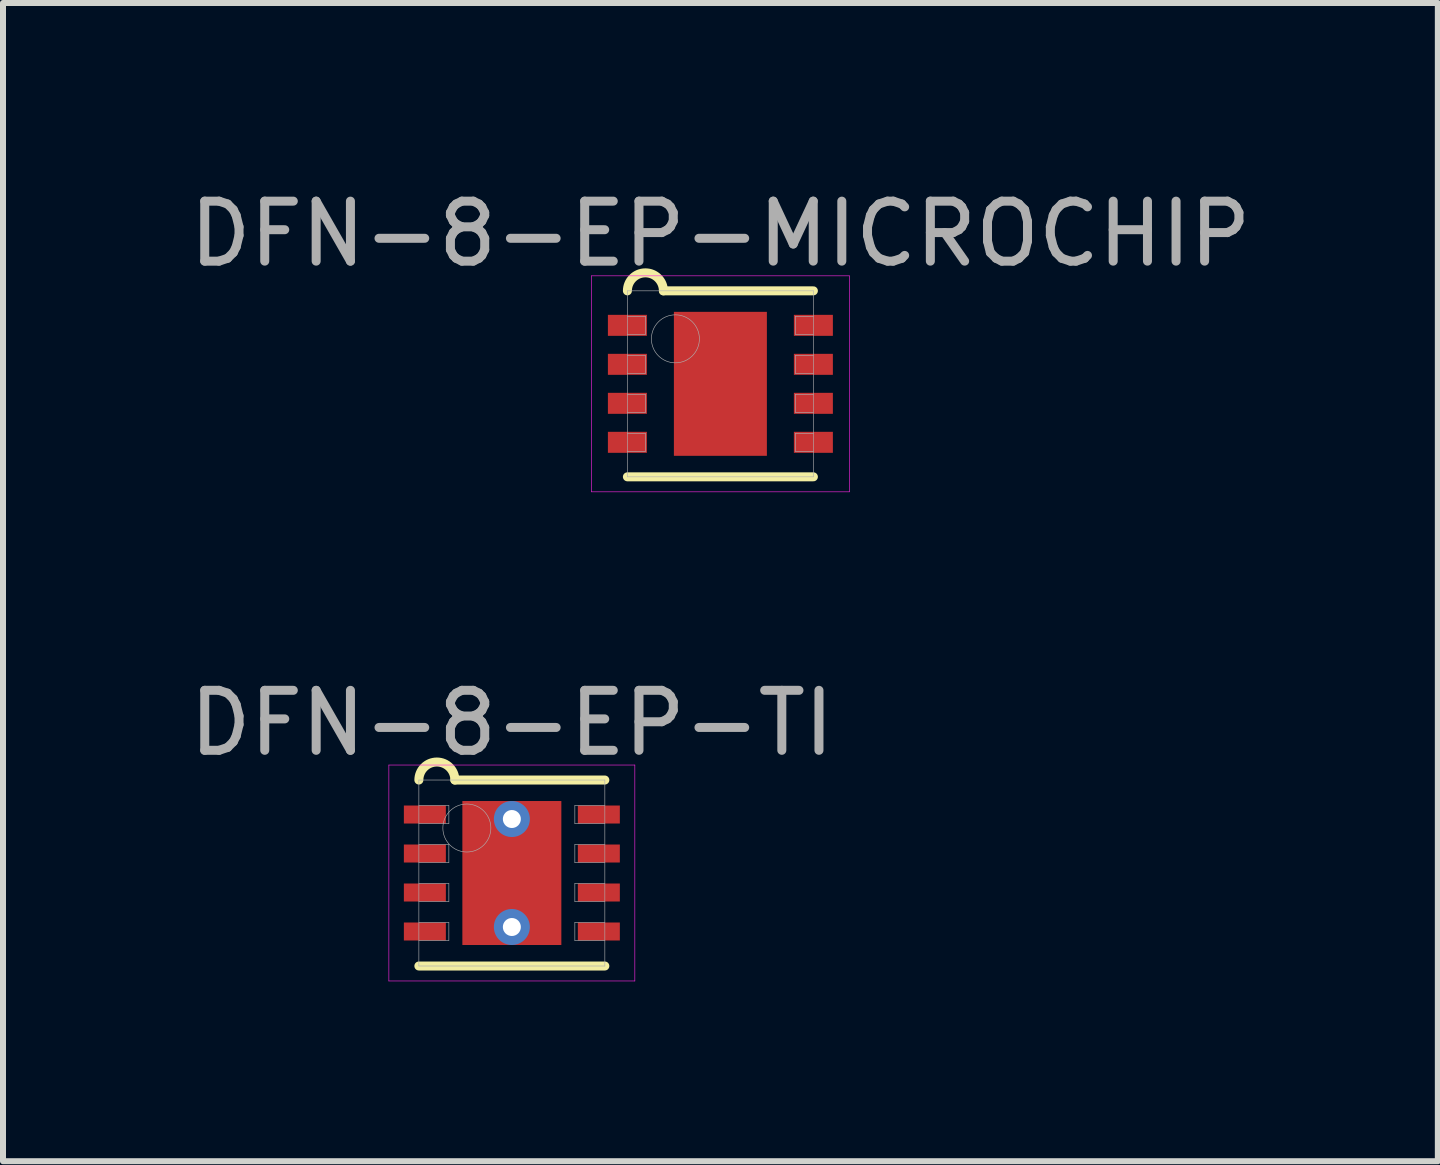
<source format=kicad_pcb>
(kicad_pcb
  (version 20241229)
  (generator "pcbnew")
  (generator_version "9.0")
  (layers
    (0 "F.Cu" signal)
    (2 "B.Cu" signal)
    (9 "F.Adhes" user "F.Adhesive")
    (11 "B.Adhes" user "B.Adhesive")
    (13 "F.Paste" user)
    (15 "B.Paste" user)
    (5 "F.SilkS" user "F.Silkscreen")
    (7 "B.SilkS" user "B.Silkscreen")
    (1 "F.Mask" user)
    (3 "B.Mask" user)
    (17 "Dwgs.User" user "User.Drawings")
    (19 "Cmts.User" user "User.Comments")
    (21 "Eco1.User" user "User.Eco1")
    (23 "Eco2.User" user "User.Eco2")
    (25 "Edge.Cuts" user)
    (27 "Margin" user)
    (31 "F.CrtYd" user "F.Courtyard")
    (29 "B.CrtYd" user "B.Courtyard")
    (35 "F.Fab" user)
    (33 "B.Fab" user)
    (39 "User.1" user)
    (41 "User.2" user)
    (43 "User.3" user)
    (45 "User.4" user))
  (footprint "DFN-8-EP-TI"
    (layer "F.Cu")
    (at 5.482 11.502)
    (property "Reference" "DFN-8-EP-TI" (at 0 -2.5 0) (layer "F.Fab") (effects (font (size 1 1) (thickness 0.15))))
    (attr smd)
    (fp_line (start -1.55 1.55) (end 1.55 1.55) (stroke (width 0.15) (type solid)) (layer "F.SilkS"))
    (fp_line (start -0.95 -1.55) (end 1.55 -1.55) (stroke (width 0.15) (type solid)) (layer "F.SilkS"))
    (fp_arc (start -1.55 -1.55) (mid -1.25 -1.85) (end -0.95 -1.55) (stroke (width 0.15) (type solid)) (layer "F.SilkS"))
    (fp_line (start -2.05 -1.8) (end 2.05 -1.8) (stroke (width 0.01) (type solid)) (layer "F.CrtYd"))
    (fp_line (start -2.05 1.8) (end -2.05 -1.8) (stroke (width 0.01) (type solid)) (layer "F.CrtYd"))
    (fp_line (start 2.05 -1.8) (end 2.05 1.8) (stroke (width 0.01) (type solid)) (layer "F.CrtYd"))
    (fp_line (start 2.05 1.8) (end -2.05 1.8) (stroke (width 0.01) (type solid)) (layer "F.CrtYd"))
    (fp_line (start -1.55 -1.55) (end 1.55 -1.55) (stroke (width 0.01) (type solid)) (layer "F.Fab"))
    (fp_line (start -1.55 -0.825) (end -1.05 -0.825) (stroke (width 0.01) (type solid)) (layer "F.Fab"))
    (fp_line (start -1.55 -0.175) (end -1.05 -0.175) (stroke (width 0.01) (type solid)) (layer "F.Fab"))
    (fp_line (start -1.55 0.475) (end -1.05 0.475) (stroke (width 0.01) (type solid)) (layer "F.Fab"))
    (fp_line (start -1.55 1.125) (end -1.05 1.125) (stroke (width 0.01) (type solid)) (layer "F.Fab"))
    (fp_line (start -1.55 1.55) (end -1.55 -1.55) (stroke (width 0.01) (type solid)) (layer "F.Fab"))
    (fp_line (start -1.05 -1.125) (end -1.55 -1.125) (stroke (width 0.01) (type solid)) (layer "F.Fab"))
    (fp_line (start -1.05 -0.825) (end -1.05 -1.125) (stroke (width 0.01) (type solid)) (layer "F.Fab"))
    (fp_line (start -1.05 -0.475) (end -1.55 -0.475) (stroke (width 0.01) (type solid)) (layer "F.Fab"))
    (fp_line (start -1.05 -0.175) (end -1.05 -0.475) (stroke (width 0.01) (type solid)) (layer "F.Fab"))
    (fp_line (start -1.05 0.175) (end -1.55 0.175) (stroke (width 0.01) (type solid)) (layer "F.Fab"))
    (fp_line (start -1.05 0.475) (end -1.05 0.175) (stroke (width 0.01) (type solid)) (layer "F.Fab"))
    (fp_line (start -1.05 0.825) (end -1.55 0.825) (stroke (width 0.01) (type solid)) (layer "F.Fab"))
    (fp_line (start -1.05 1.125) (end -1.05 0.825) (stroke (width 0.01) (type solid)) (layer "F.Fab"))
    (fp_line (start 1.05 -1.125) (end 1.05 -0.825) (stroke (width 0.01) (type solid)) (layer "F.Fab"))
    (fp_line (start 1.05 -0.825) (end 1.55 -0.825) (stroke (width 0.01) (type solid)) (layer "F.Fab"))
    (fp_line (start 1.05 -0.475) (end 1.05 -0.175) (stroke (width 0.01) (type solid)) (layer "F.Fab"))
    (fp_line (start 1.05 -0.175) (end 1.55 -0.175) (stroke (width 0.01) (type solid)) (layer "F.Fab"))
    (fp_line (start 1.05 0.175) (end 1.05 0.475) (stroke (width 0.01) (type solid)) (layer "F.Fab"))
    (fp_line (start 1.05 0.475) (end 1.55 0.475) (stroke (width 0.01) (type solid)) (layer "F.Fab"))
    (fp_line (start 1.05 0.825) (end 1.05 1.125) (stroke (width 0.01) (type solid)) (layer "F.Fab"))
    (fp_line (start 1.05 1.125) (end 1.55 1.125) (stroke (width 0.01) (type solid)) (layer "F.Fab"))
    (fp_line (start 1.55 -1.55) (end 1.55 1.55) (stroke (width 0.01) (type solid)) (layer "F.Fab"))
    (fp_line (start 1.55 -1.125) (end 1.05 -1.125) (stroke (width 0.01) (type solid)) (layer "F.Fab"))
    (fp_line (start 1.55 -0.475) (end 1.05 -0.475) (stroke (width 0.01) (type solid)) (layer "F.Fab"))
    (fp_line (start 1.55 0.175) (end 1.05 0.175) (stroke (width 0.01) (type solid)) (layer "F.Fab"))
    (fp_line (start 1.55 0.825) (end 1.05 0.825) (stroke (width 0.01) (type solid)) (layer "F.Fab"))
    (fp_line (start 1.55 1.55) (end -1.55 1.55) (stroke (width 0.01) (type solid)) (layer "F.Fab"))
    (fp_circle (center -0.75 -0.75) (end -0.75 -0.35) (stroke (width 0.01) (type solid)) (fill no) (layer "F.Fab"))
    (pad "" smd rect (at 0 0) (size 1 1) (layers "F.Paste"))
    (pad "" smd rect (at 0 0) (size 1.5 1.4) (layers "F.Mask"))
    (pad "1" smd rect (at -1.45 -0.975) (size 0.7 0.3) (layers "F.Cu" "F.Mask" "F.Paste"))
    (pad "2" smd rect (at -1.45 -0.325) (size 0.7 0.3) (layers "F.Cu" "F.Mask" "F.Paste"))
    (pad "3" smd rect (at -1.45 0.325) (size 0.7 0.3) (layers "F.Cu" "F.Mask" "F.Paste"))
    (pad "4" smd rect (at -1.45 0.975) (size 0.7 0.3) (layers "F.Cu" "F.Mask" "F.Paste"))
    (pad "5" smd rect (at 1.45 0.975) (size 0.7 0.3) (layers "F.Cu" "F.Mask" "F.Paste"))
    (pad "6" smd rect (at 1.45 0.325) (size 0.7 0.3) (layers "F.Cu" "F.Mask" "F.Paste"))
    (pad "7" smd rect (at 1.45 -0.325) (size 0.7 0.3) (layers "F.Cu" "F.Mask" "F.Paste"))
    (pad "8" smd rect (at 1.45 -0.975) (size 0.7 0.3) (layers "F.Cu" "F.Mask" "F.Paste"))
    (pad "EP" thru_hole circle (at 0 -0.9) (size 0.6 0.6) (drill 0.3) (layers "*.Cu"))
    (pad "EP" smd rect (at 0 0) (size 1.65 2.4) (layers "F.Cu"))
    (pad "EP" thru_hole circle (at 0 0.9) (size 0.6 0.6) (drill 0.3) (layers "*.Cu")))
  (footprint "DFN-8-EP-MICROCHIP"
    (layer "F.Cu")
    (at 8.958 3.348)
    (property "Reference" "DFN-8-EP-MICROCHIP" (at 0 -2.5 0) (layer "F.Fab") (effects (font (size 1 1) (thickness 0.15))))
    (attr through_hole)
    (fp_line (start -1.55 1.55) (end 1.55 1.55) (stroke (width 0.15) (type solid)) (layer "F.SilkS"))
    (fp_line (start -0.95 -1.55) (end 1.55 -1.55) (stroke (width 0.15) (type solid)) (layer "F.SilkS"))
    (fp_arc (start -1.55 -1.55) (mid -1.25 -1.85) (end -0.95 -1.55) (stroke (width 0.15) (type solid)) (layer "F.SilkS"))
    (fp_line (start -2.15 -1.8) (end 2.15 -1.8) (stroke (width 0.01) (type solid)) (layer "F.CrtYd"))
    (fp_line (start -2.15 1.8) (end -2.15 -1.8) (stroke (width 0.01) (type solid)) (layer "F.CrtYd"))
    (fp_line (start 2.15 -1.8) (end 2.15 1.8) (stroke (width 0.01) (type solid)) (layer "F.CrtYd"))
    (fp_line (start 2.15 1.8) (end -2.15 1.8) (stroke (width 0.01) (type solid)) (layer "F.CrtYd"))
    (fp_line (start -1.55 -1.55) (end 1.55 -1.55) (stroke (width 0.01) (type solid)) (layer "F.Fab"))
    (fp_line (start -1.55 -0.825) (end -1.25 -0.825) (stroke (width 0.01) (type solid)) (layer "F.Fab"))
    (fp_line (start -1.55 -0.175) (end -1.25 -0.175) (stroke (width 0.01) (type solid)) (layer "F.Fab"))
    (fp_line (start -1.55 0.475) (end -1.25 0.475) (stroke (width 0.01) (type solid)) (layer "F.Fab"))
    (fp_line (start -1.55 1.125) (end -1.25 1.125) (stroke (width 0.01) (type solid)) (layer "F.Fab"))
    (fp_line (start -1.55 1.55) (end -1.55 -1.55) (stroke (width 0.01) (type solid)) (layer "F.Fab"))
    (fp_line (start -1.25 -1.125) (end -1.55 -1.125) (stroke (width 0.01) (type solid)) (layer "F.Fab"))
    (fp_line (start -1.25 -0.825) (end -1.25 -1.125) (stroke (width 0.01) (type solid)) (layer "F.Fab"))
    (fp_line (start -1.25 -0.475) (end -1.55 -0.475) (stroke (width 0.01) (type solid)) (layer "F.Fab"))
    (fp_line (start -1.25 -0.175) (end -1.25 -0.475) (stroke (width 0.01) (type solid)) (layer "F.Fab"))
    (fp_line (start -1.25 0.175) (end -1.55 0.175) (stroke (width 0.01) (type solid)) (layer "F.Fab"))
    (fp_line (start -1.25 0.475) (end -1.25 0.175) (stroke (width 0.01) (type solid)) (layer "F.Fab"))
    (fp_line (start -1.25 0.825) (end -1.55 0.825) (stroke (width 0.01) (type solid)) (layer "F.Fab"))
    (fp_line (start -1.25 1.125) (end -1.25 0.825) (stroke (width 0.01) (type solid)) (layer "F.Fab"))
    (fp_line (start 1.25 -1.125) (end 1.25 -0.825) (stroke (width 0.01) (type solid)) (layer "F.Fab"))
    (fp_line (start 1.25 -0.825) (end 1.55 -0.825) (stroke (width 0.01) (type solid)) (layer "F.Fab"))
    (fp_line (start 1.25 -0.475) (end 1.25 -0.175) (stroke (width 0.01) (type solid)) (layer "F.Fab"))
    (fp_line (start 1.25 -0.175) (end 1.55 -0.175) (stroke (width 0.01) (type solid)) (layer "F.Fab"))
    (fp_line (start 1.25 0.175) (end 1.25 0.475) (stroke (width 0.01) (type solid)) (layer "F.Fab"))
    (fp_line (start 1.25 0.475) (end 1.55 0.475) (stroke (width 0.01) (type solid)) (layer "F.Fab"))
    (fp_line (start 1.25 0.825) (end 1.25 1.125) (stroke (width 0.01) (type solid)) (layer "F.Fab"))
    (fp_line (start 1.25 1.125) (end 1.55 1.125) (stroke (width 0.01) (type solid)) (layer "F.Fab"))
    (fp_line (start 1.55 -1.55) (end 1.55 1.55) (stroke (width 0.01) (type solid)) (layer "F.Fab"))
    (fp_line (start 1.55 -1.125) (end 1.25 -1.125) (stroke (width 0.01) (type solid)) (layer "F.Fab"))
    (fp_line (start 1.55 -0.475) (end 1.25 -0.475) (stroke (width 0.01) (type solid)) (layer "F.Fab"))
    (fp_line (start 1.55 0.175) (end 1.25 0.175) (stroke (width 0.01) (type solid)) (layer "F.Fab"))
    (fp_line (start 1.55 0.825) (end 1.25 0.825) (stroke (width 0.01) (type solid)) (layer "F.Fab"))
    (fp_line (start 1.55 1.55) (end -1.55 1.55) (stroke (width 0.01) (type solid)) (layer "F.Fab"))
    (fp_circle (center -0.75 -0.75) (end -0.75 -0.35) (stroke (width 0.01) (type solid)) (fill no) (layer "F.Fab"))
    (pad "1" smd rect (at -1.55 -0.975) (size 0.65 0.35) (layers "F.Cu" "F.Mask" "F.Paste"))
    (pad "2" smd rect (at -1.55 -0.325) (size 0.65 0.35) (layers "F.Cu" "F.Mask" "F.Paste"))
    (pad "3" smd rect (at -1.55 0.325) (size 0.65 0.35) (layers "F.Cu" "F.Mask" "F.Paste"))
    (pad "4" smd rect (at -1.55 0.975) (size 0.65 0.35) (layers "F.Cu" "F.Mask" "F.Paste"))
    (pad "5" smd rect (at 1.55 0.975) (size 0.65 0.35) (layers "F.Cu" "F.Mask" "F.Paste"))
    (pad "6" smd rect (at 1.55 0.325) (size 0.65 0.35) (layers "F.Cu" "F.Mask" "F.Paste"))
    (pad "7" smd rect (at 1.55 -0.325) (size 0.65 0.35) (layers "F.Cu" "F.Mask" "F.Paste"))
    (pad "8" smd rect (at 1.55 -0.975) (size 0.65 0.35) (layers "F.Cu" "F.Mask" "F.Paste"))
    (pad "EP" smd rect (at 0 -0.6) (size 0.8 0.8) (layers "F.Cu" "F.Mask"))
    (pad "EP" smd rect (at 0 -0.6) (size 0.8 0.8) (layers "F.Cu" "F.Paste"))
    (pad "EP" smd rect (at 0 0) (size 1.55 2.4) (layers "F.Cu"))
    (pad "EP" smd rect (at 0 0.6) (size 0.8 0.8) (layers "F.Cu" "F.Mask"))
    (pad "EP" smd rect (at 0 0.6) (size 0.8 0.8) (layers "F.Cu" "F.Paste")))
  (gr_rect
    (start -3 -3)
    (end 20.917 16.306)
    (stroke (width 0.1) (type default))
    (fill no)
    (layer "Edge.Cuts")))
</source>
